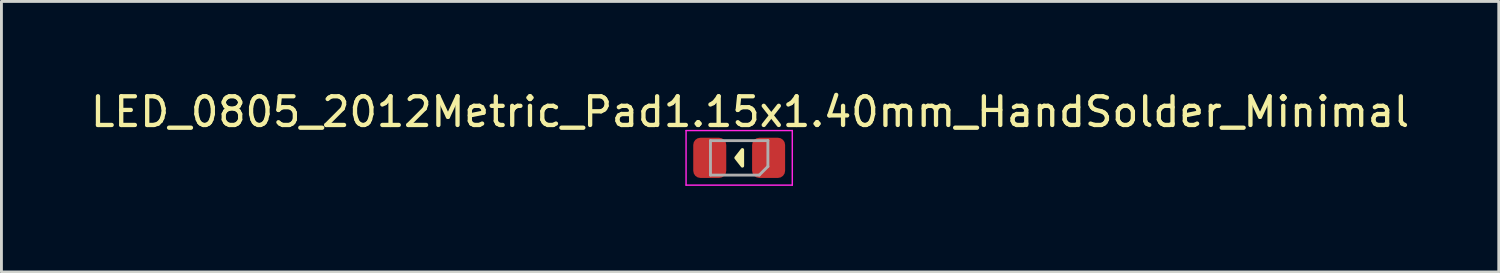
<source format=kicad_pcb>
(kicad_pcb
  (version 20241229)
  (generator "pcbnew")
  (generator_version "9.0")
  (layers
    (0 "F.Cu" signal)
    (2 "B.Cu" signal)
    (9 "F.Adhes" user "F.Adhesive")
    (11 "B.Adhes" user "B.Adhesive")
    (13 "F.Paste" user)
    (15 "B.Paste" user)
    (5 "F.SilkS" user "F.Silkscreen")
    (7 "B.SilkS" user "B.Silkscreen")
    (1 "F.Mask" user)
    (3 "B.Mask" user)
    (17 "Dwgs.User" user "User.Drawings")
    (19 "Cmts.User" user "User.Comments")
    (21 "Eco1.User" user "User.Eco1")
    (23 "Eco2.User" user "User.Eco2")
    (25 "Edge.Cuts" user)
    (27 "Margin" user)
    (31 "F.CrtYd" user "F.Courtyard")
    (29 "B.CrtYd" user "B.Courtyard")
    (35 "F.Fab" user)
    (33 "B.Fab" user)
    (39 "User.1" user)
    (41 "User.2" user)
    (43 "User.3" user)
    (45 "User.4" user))
  (footprint "LED_0805_2012Metric_Pad1.15x1.40mm_HandSolder_Minimal"
    (layer "F.Cu")
    (at 22.697 2.448)
    (property "Reference" "LED_0805_2012Metric_Pad1.15x1.40mm_HandSolder_Minimal" (at 0.38 -1.6 0) (unlocked yes) (layer "F.SilkS") (effects (font (size 1 1) (thickness 0.15))))
    (attr smd)
    (fp_poly (pts (xy 0.112 0.28) (xy -0.108 0) (xy 0.112 -0.28)) (stroke (width 0.12) (type solid)) (fill yes) (layer "F.SilkS"))
    (fp_line (start -1.85 -0.95) (end 1.85 -0.95) (stroke (width 0.05) (type solid)) (layer "F.CrtYd"))
    (fp_line (start -1.85 0.95) (end -1.85 -0.95) (stroke (width 0.05) (type solid)) (layer "F.CrtYd"))
    (fp_line (start 1.85 -0.95) (end 1.85 0.95) (stroke (width 0.05) (type solid)) (layer "F.CrtYd"))
    (fp_line (start 1.85 0.95) (end -1.85 0.95) (stroke (width 0.05) (type solid)) (layer "F.CrtYd"))
    (fp_line (start -1 -0.6) (end -1 0.6) (stroke (width 0.1) (type solid)) (layer "F.Fab"))
    (fp_line (start -1 0.6) (end 0.7 0.6) (stroke (width 0.1) (type solid)) (layer "F.Fab"))
    (fp_line (start 0.7 0.6) (end 1 0.3) (stroke (width 0.1) (type solid)) (layer "F.Fab"))
    (fp_line (start 1 -0.6) (end -1 -0.6) (stroke (width 0.1) (type solid)) (layer "F.Fab"))
    (fp_line (start 1 0.3) (end 1 -0.6) (stroke (width 0.1) (type solid)) (layer "F.Fab"))
    (pad "1" smd roundrect (at -1.025 0 180) (size 1.15 1.4) (layers "F.Cu" "F.Mask" "F.Paste") (roundrect_rratio 0.217))
    (pad "2" smd roundrect (at 1.025 0 180) (size 1.15 1.4) (layers "F.Cu" "F.Mask" "F.Paste") (roundrect_rratio 0.217)))
  (gr_rect
    (start -3 -3)
    (end 49.155 6.423)
    (stroke (width 0.1) (type default))
    (fill no)
    (layer "Edge.Cuts")))
</source>
